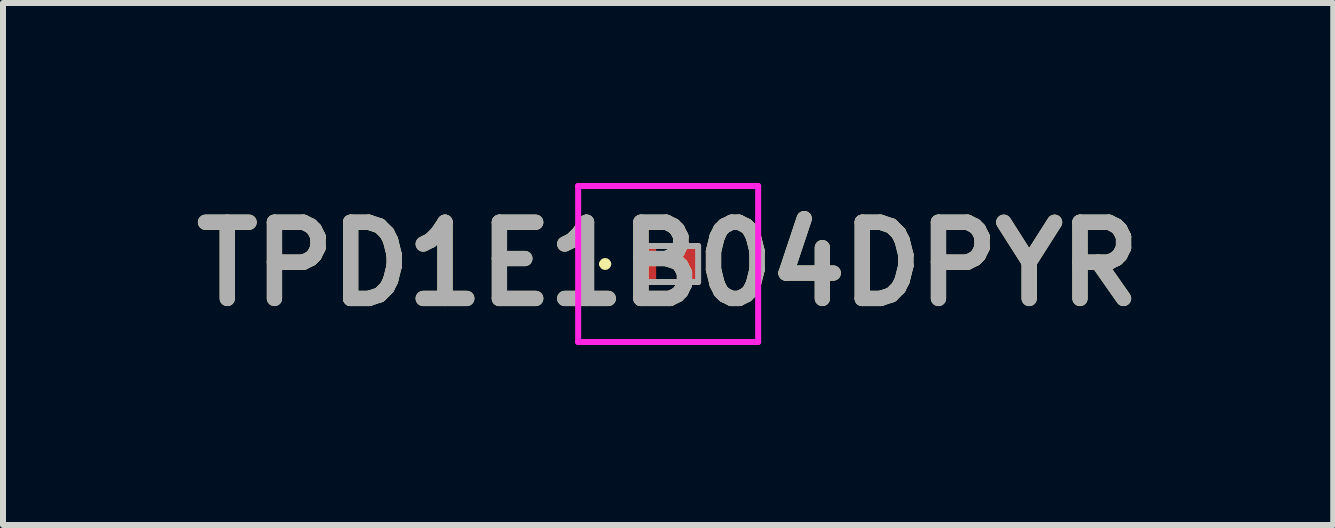
<source format=kicad_pcb>
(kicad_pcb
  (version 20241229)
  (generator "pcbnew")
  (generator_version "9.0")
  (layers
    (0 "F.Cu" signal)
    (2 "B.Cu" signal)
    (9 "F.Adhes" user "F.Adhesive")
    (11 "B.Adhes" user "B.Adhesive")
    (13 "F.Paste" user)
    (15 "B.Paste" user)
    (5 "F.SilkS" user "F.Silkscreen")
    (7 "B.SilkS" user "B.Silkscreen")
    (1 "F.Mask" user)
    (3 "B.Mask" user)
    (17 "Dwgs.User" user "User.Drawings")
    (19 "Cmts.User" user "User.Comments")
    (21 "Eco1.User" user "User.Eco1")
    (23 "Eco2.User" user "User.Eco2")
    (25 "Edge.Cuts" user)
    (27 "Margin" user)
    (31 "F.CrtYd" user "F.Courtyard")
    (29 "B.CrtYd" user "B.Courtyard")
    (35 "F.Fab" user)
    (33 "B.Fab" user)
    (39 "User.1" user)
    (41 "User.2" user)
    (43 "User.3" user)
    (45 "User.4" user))
  (footprint "TPD1E1B04DPYR"
    (layer "F.Cu")
    (at 8.086 1.35)
    (property "Reference" "TPD1E1B04DPYR" (at 0 0 0) (layer "F.SilkS") (effects (font (size 1.27 1.27) (thickness 0.254))))
    (attr smd)
    (fp_line (start -1.1 0) (end -1.1 0) (stroke (width 0.1) (type solid)) (layer "F.SilkS"))
    (fp_line (start -1 0) (end -1 0) (stroke (width 0.1) (type solid)) (layer "F.SilkS"))
    (fp_arc (start -1.1 0) (mid -1.05 -0.05) (end -1 0) (stroke (width 0.1) (type solid)) (layer "F.SilkS"))
    (fp_arc (start -1 0) (mid -1.05 0.05) (end -1.1 0) (stroke (width 0.1) (type solid)) (layer "F.SilkS"))
    (fp_line (start -1.5 -1.3) (end 1.5 -1.3) (stroke (width 0.1) (type solid)) (layer "F.CrtYd"))
    (fp_line (start -1.5 1.3) (end -1.5 -1.3) (stroke (width 0.1) (type solid)) (layer "F.CrtYd"))
    (fp_line (start 1.5 -1.3) (end 1.5 1.3) (stroke (width 0.1) (type solid)) (layer "F.CrtYd"))
    (fp_line (start 1.5 1.3) (end -1.5 1.3) (stroke (width 0.1) (type solid)) (layer "F.CrtYd"))
    (fp_line (start -0.5 -0.3) (end 0.5 -0.3) (stroke (width 0.1) (type solid)) (layer "F.Fab"))
    (fp_line (start -0.5 0.3) (end -0.5 -0.3) (stroke (width 0.1) (type solid)) (layer "F.Fab"))
    (fp_line (start 0.5 -0.3) (end 0.5 0.3) (stroke (width 0.1) (type solid)) (layer "F.Fab"))
    (fp_line (start 0.5 0.3) (end -0.5 0.3) (stroke (width 0.1) (type solid)) (layer "F.Fab"))
    (fp_text user "${REFERENCE}" (at 0 0 0) (layer "F.Fab") (effects (font (size 1.27 1.27) (thickness 0.254))))
    (pad "1" smd rect (at -0.35 0) (size 0.3 0.5) (layers "F.Cu" "F.Mask" "F.Paste"))
    (pad "2" smd rect (at 0.35 0) (size 0.3 0.5) (layers "F.Cu" "F.Mask" "F.Paste")))
  (gr_rect
    (start -3 -3)
    (end 19.171 5.7)
    (stroke (width 0.1) (type default))
    (fill no)
    (layer "Edge.Cuts")))
</source>
